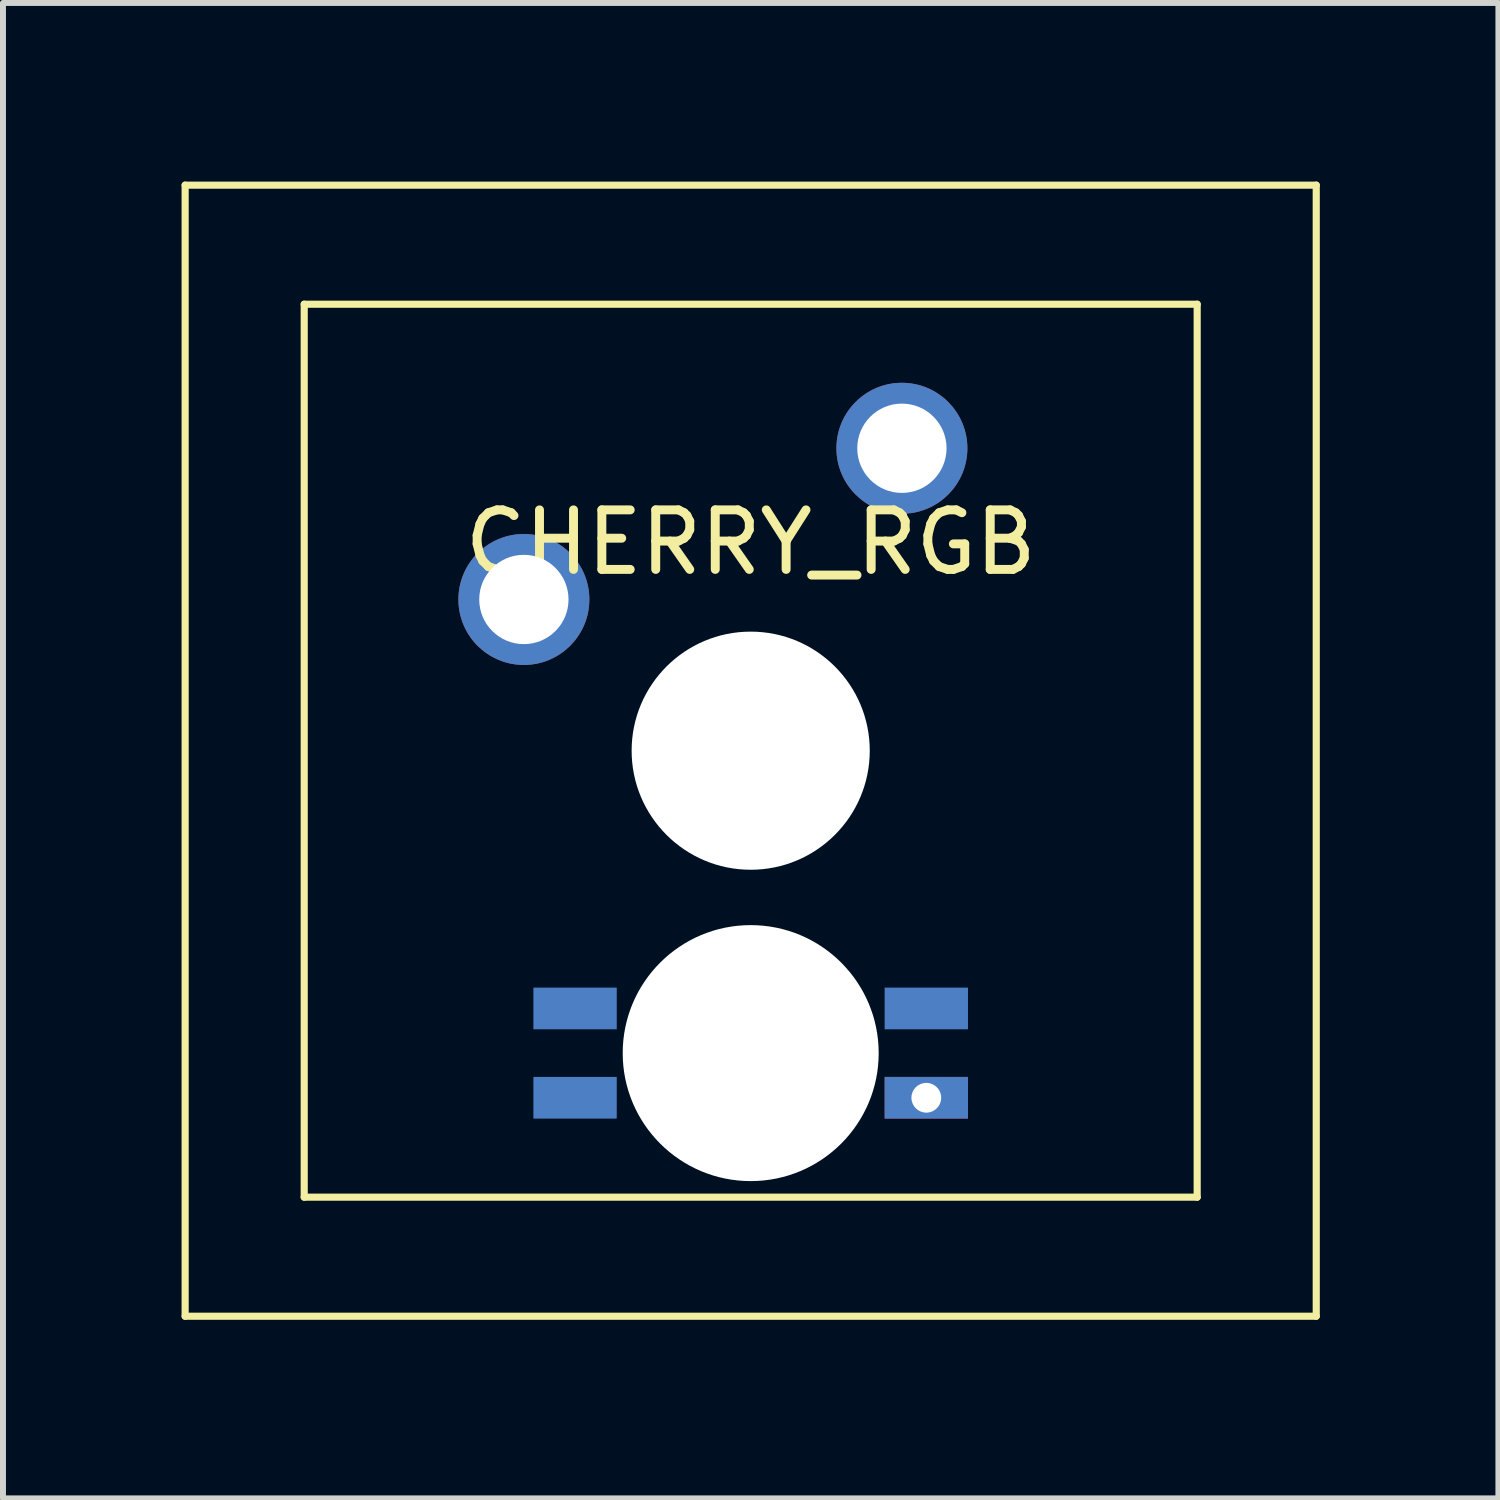
<source format=kicad_pcb>
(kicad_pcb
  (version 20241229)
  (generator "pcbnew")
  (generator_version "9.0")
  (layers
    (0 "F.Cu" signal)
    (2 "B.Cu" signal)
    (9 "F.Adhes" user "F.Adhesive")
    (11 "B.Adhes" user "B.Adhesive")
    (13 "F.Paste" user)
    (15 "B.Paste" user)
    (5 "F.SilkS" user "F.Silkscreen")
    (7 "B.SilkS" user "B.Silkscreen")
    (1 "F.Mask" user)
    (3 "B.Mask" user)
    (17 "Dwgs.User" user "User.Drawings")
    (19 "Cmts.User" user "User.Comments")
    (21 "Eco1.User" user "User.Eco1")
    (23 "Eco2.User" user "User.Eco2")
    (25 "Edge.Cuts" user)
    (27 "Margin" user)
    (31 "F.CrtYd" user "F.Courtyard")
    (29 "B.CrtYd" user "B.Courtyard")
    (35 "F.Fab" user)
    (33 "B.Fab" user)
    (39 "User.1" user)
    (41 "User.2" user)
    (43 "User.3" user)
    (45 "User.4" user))
  (footprint "CHERRY_RGB"
    (layer "F.Cu")
    (at 9.56 9.56)
    (property "Reference" "CHERRY_RGB" (at 0 -3.5 0) (layer "F.SilkS") (effects (font (size 1 1) (thickness 0.15))))
    (attr through_hole)
    (fp_line (start -9.5 -9.5) (end 9.5 -9.5) (stroke (width 0.12) (type solid)) (layer "F.SilkS"))
    (fp_line (start -9.5 9.5) (end -9.5 -9.5) (stroke (width 0.12) (type solid)) (layer "F.SilkS"))
    (fp_line (start -7.5 -7.5) (end -7.5 7.5) (stroke (width 0.12) (type solid)) (layer "F.SilkS"))
    (fp_line (start -7.5 7.5) (end 7.5 7.5) (stroke (width 0.12) (type solid)) (layer "F.SilkS"))
    (fp_line (start 7.5 -7.5) (end -7.5 -7.5) (stroke (width 0.12) (type solid)) (layer "F.SilkS"))
    (fp_line (start 7.5 7.5) (end 7.5 -7.5) (stroke (width 0.12) (type solid)) (layer "F.SilkS"))
    (fp_line (start 9.5 -9.5) (end 9.5 9.5) (stroke (width 0.12) (type solid)) (layer "F.SilkS"))
    (fp_line (start 9.5 9.5) (end -9.5 9.5) (stroke (width 0.12) (type solid)) (layer "F.SilkS"))
    (pad "" np_thru_hole circle (at 0 0) (size 4 4) (drill 4) (layers "*.Cu" "*.Mask"))
    (pad "" np_thru_hole circle (at 0 5.08) (size 4.3 4.3) (drill 4.3) (layers "*.Cu" "*.Mask"))
    (pad "1" thru_hole circle (at -3.81 -2.54) (size 2.2 2.2) (drill 1.5) (layers "*.Cu" "*.Mask"))
    (pad "2" thru_hole circle (at 2.54 -5.08) (size 2.2 2.2) (drill 1.5) (layers "*.Cu" "*.Mask"))
    (pad "3" smd rect (at -2.95 4.33) (size 1.4 0.7) (layers "B.Cu" "B.Mask"))
    (pad "4" smd rect (at 2.95 4.33) (size 1.4 0.7) (layers "B.Cu" "B.Mask"))
    (pad "5" smd rect (at -2.95 5.83) (size 1.4 0.7) (layers "B.Cu" "B.Mask"))
    (pad "6" thru_hole rect (at 2.95 5.83) (size 1.4 0.7) (drill 0.5) (layers "*.Cu" "*.Mask")))
  (gr_rect
    (start -3 -3)
    (end 22.12 22.12)
    (stroke (width 0.1) (type default))
    (fill no)
    (layer "Edge.Cuts")))
</source>
